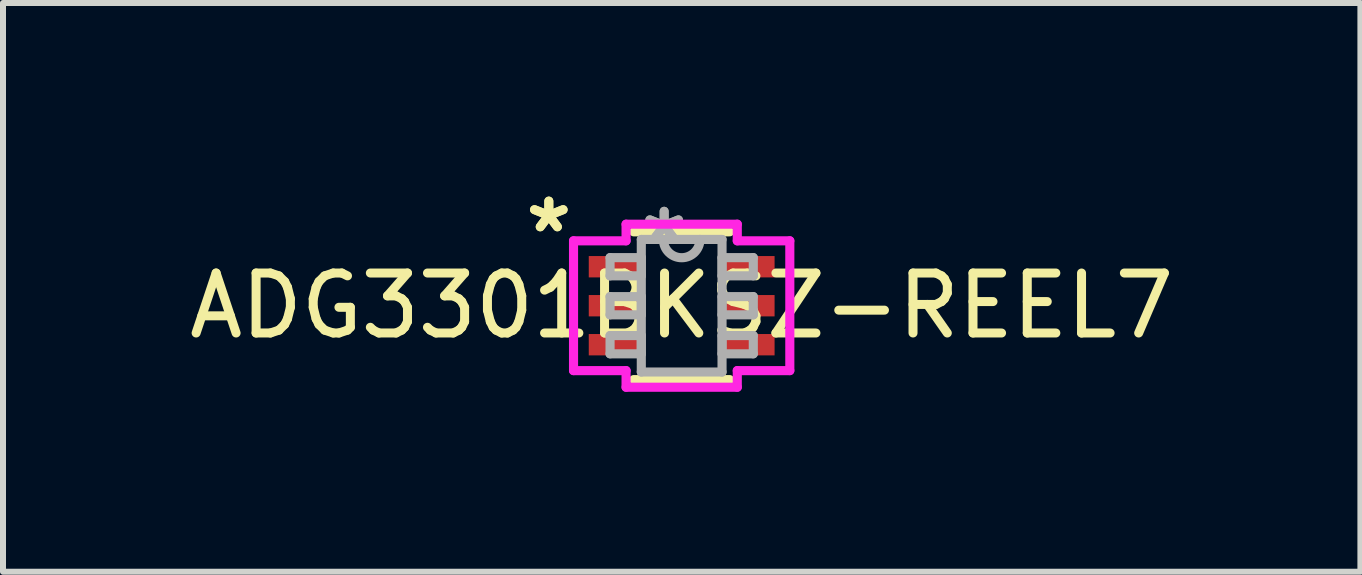
<source format=kicad_pcb>
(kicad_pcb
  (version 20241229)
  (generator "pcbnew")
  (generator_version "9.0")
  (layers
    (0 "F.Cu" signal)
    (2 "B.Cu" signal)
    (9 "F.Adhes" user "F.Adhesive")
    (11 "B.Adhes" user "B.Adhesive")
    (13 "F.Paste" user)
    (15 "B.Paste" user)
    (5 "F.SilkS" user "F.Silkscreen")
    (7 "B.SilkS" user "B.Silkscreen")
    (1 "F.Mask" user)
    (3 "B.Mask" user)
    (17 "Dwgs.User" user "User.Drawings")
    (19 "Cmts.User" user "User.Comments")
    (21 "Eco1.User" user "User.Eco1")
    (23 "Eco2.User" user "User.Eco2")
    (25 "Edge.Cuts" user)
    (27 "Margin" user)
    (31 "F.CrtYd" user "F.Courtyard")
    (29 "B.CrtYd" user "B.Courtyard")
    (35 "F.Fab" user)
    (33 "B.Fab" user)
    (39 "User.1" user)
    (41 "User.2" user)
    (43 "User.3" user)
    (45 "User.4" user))
  (footprint "ADG3301BKSZ-REEL7"
    (layer "F.Cu")
    (at 8.315 2.047)
    (property "Reference" "ADG3301BKSZ-REEL7" (at 0 0 0) (layer "F.SilkS") (effects (font (size 1 1) (thickness 0.15))))
    (attr through_hole)
    (fp_line (start -0.8 1.232) (end 0.8 1.232) (stroke (width 0.152) (type solid)) (layer "F.SilkS"))
    (fp_line (start 0.8 -1.232) (end -0.8 -1.232) (stroke (width 0.152) (type solid)) (layer "F.SilkS"))
    (fp_line (start -1.803 -1.082) (end -0.927 -1.082) (stroke (width 0.152) (type solid)) (layer "F.CrtYd"))
    (fp_line (start -1.803 1.082) (end -1.803 -1.082) (stroke (width 0.152) (type solid)) (layer "F.CrtYd"))
    (fp_line (start -0.927 -1.359) (end 0.927 -1.359) (stroke (width 0.152) (type solid)) (layer "F.CrtYd"))
    (fp_line (start -0.927 -1.082) (end -0.927 -1.359) (stroke (width 0.152) (type solid)) (layer "F.CrtYd"))
    (fp_line (start -0.927 1.082) (end -1.803 1.082) (stroke (width 0.152) (type solid)) (layer "F.CrtYd"))
    (fp_line (start -0.927 1.359) (end -0.927 1.082) (stroke (width 0.152) (type solid)) (layer "F.CrtYd"))
    (fp_line (start 0.927 -1.359) (end 0.927 -1.082) (stroke (width 0.152) (type solid)) (layer "F.CrtYd"))
    (fp_line (start 0.927 -1.082) (end 1.803 -1.082) (stroke (width 0.152) (type solid)) (layer "F.CrtYd"))
    (fp_line (start 0.927 1.082) (end 0.927 1.359) (stroke (width 0.152) (type solid)) (layer "F.CrtYd"))
    (fp_line (start 0.927 1.359) (end -0.927 1.359) (stroke (width 0.152) (type solid)) (layer "F.CrtYd"))
    (fp_line (start 1.803 -1.082) (end 1.803 1.082) (stroke (width 0.152) (type solid)) (layer "F.CrtYd"))
    (fp_line (start 1.803 1.082) (end 0.927 1.082) (stroke (width 0.152) (type solid)) (layer "F.CrtYd"))
    (fp_line (start -1.194 -0.802) (end -1.194 -0.498) (stroke (width 0.152) (type solid)) (layer "F.Fab"))
    (fp_line (start -1.194 -0.498) (end -0.673 -0.498) (stroke (width 0.152) (type solid)) (layer "F.Fab"))
    (fp_line (start -1.194 -0.152) (end -1.194 0.152) (stroke (width 0.152) (type solid)) (layer "F.Fab"))
    (fp_line (start -1.194 0.152) (end -0.673 0.152) (stroke (width 0.152) (type solid)) (layer "F.Fab"))
    (fp_line (start -1.194 0.498) (end -1.194 0.802) (stroke (width 0.152) (type solid)) (layer "F.Fab"))
    (fp_line (start -1.194 0.802) (end -0.673 0.802) (stroke (width 0.152) (type solid)) (layer "F.Fab"))
    (fp_line (start -0.673 -1.105) (end -0.673 1.105) (stroke (width 0.152) (type solid)) (layer "F.Fab"))
    (fp_line (start -0.673 -0.802) (end -1.194 -0.802) (stroke (width 0.152) (type solid)) (layer "F.Fab"))
    (fp_line (start -0.673 -0.498) (end -0.673 -0.802) (stroke (width 0.152) (type solid)) (layer "F.Fab"))
    (fp_line (start -0.673 -0.152) (end -1.194 -0.152) (stroke (width 0.152) (type solid)) (layer "F.Fab"))
    (fp_line (start -0.673 0.152) (end -0.673 -0.152) (stroke (width 0.152) (type solid)) (layer "F.Fab"))
    (fp_line (start -0.673 0.498) (end -1.194 0.498) (stroke (width 0.152) (type solid)) (layer "F.Fab"))
    (fp_line (start -0.673 0.802) (end -0.673 0.498) (stroke (width 0.152) (type solid)) (layer "F.Fab"))
    (fp_line (start -0.673 1.105) (end 0.673 1.105) (stroke (width 0.152) (type solid)) (layer "F.Fab"))
    (fp_line (start 0.673 -1.105) (end -0.673 -1.105) (stroke (width 0.152) (type solid)) (layer "F.Fab"))
    (fp_line (start 0.673 -0.802) (end 0.673 -0.498) (stroke (width 0.152) (type solid)) (layer "F.Fab"))
    (fp_line (start 0.673 -0.498) (end 1.194 -0.498) (stroke (width 0.152) (type solid)) (layer "F.Fab"))
    (fp_line (start 0.673 -0.152) (end 0.673 0.152) (stroke (width 0.152) (type solid)) (layer "F.Fab"))
    (fp_line (start 0.673 0.152) (end 1.194 0.152) (stroke (width 0.152) (type solid)) (layer "F.Fab"))
    (fp_line (start 0.673 0.498) (end 0.673 0.802) (stroke (width 0.152) (type solid)) (layer "F.Fab"))
    (fp_line (start 0.673 0.802) (end 1.194 0.802) (stroke (width 0.152) (type solid)) (layer "F.Fab"))
    (fp_line (start 0.673 1.105) (end 0.673 -1.105) (stroke (width 0.152) (type solid)) (layer "F.Fab"))
    (fp_line (start 1.194 -0.802) (end 0.673 -0.802) (stroke (width 0.152) (type solid)) (layer "F.Fab"))
    (fp_line (start 1.194 -0.498) (end 1.194 -0.802) (stroke (width 0.152) (type solid)) (layer "F.Fab"))
    (fp_line (start 1.194 -0.152) (end 0.673 -0.152) (stroke (width 0.152) (type solid)) (layer "F.Fab"))
    (fp_line (start 1.194 0.152) (end 1.194 -0.152) (stroke (width 0.152) (type solid)) (layer "F.Fab"))
    (fp_line (start 1.194 0.498) (end 0.673 0.498) (stroke (width 0.152) (type solid)) (layer "F.Fab"))
    (fp_line (start 1.194 0.802) (end 1.194 0.498) (stroke (width 0.152) (type solid)) (layer "F.Fab"))
    (fp_arc (start 0.3048 -1.1049) (mid 0 -0.8001) (end -0.3048 -1.1049) (stroke (width 0.1524) (type solid)) (layer "F.Fab"))
    (fp_text user "*" (at -2.215 -1.199 0) (layer "F.SilkS") (effects (font (size 1 1) (thickness 0.15))))
    (fp_text user "*" (at -2.215 -1.199 0) (layer "F.SilkS") (effects (font (size 1 1) (thickness 0.15))))
    (fp_text user "*" (at -0.292 -1.029 0) (layer "F.Fab") (effects (font (size 1 1) (thickness 0.15))))
    (fp_text user "*" (at -0.292 -1.029 0) (layer "F.Fab") (effects (font (size 1 1) (thickness 0.15))))
    (pad "1" smd rect (at -1.111 -0.65) (size 0.876 0.356) (layers "F.Cu" "F.Mask" "F.Paste"))
    (pad "2" smd rect (at -1.111 0) (size 0.876 0.356) (layers "F.Cu" "F.Mask" "F.Paste"))
    (pad "3" smd rect (at -1.111 0.65) (size 0.876 0.356) (layers "F.Cu" "F.Mask" "F.Paste"))
    (pad "4" smd rect (at 1.111 0.65) (size 0.876 0.356) (layers "F.Cu" "F.Mask" "F.Paste"))
    (pad "5" smd rect (at 1.111 0) (size 0.876 0.356) (layers "F.Cu" "F.Mask" "F.Paste"))
    (pad "6" smd rect (at 1.111 -0.65) (size 0.876 0.356) (layers "F.Cu" "F.Mask" "F.Paste")))
  (gr_rect
    (start -3 -3)
    (end 19.631 6.482)
    (stroke (width 0.1) (type default))
    (fill no)
    (layer "Edge.Cuts")))
</source>
